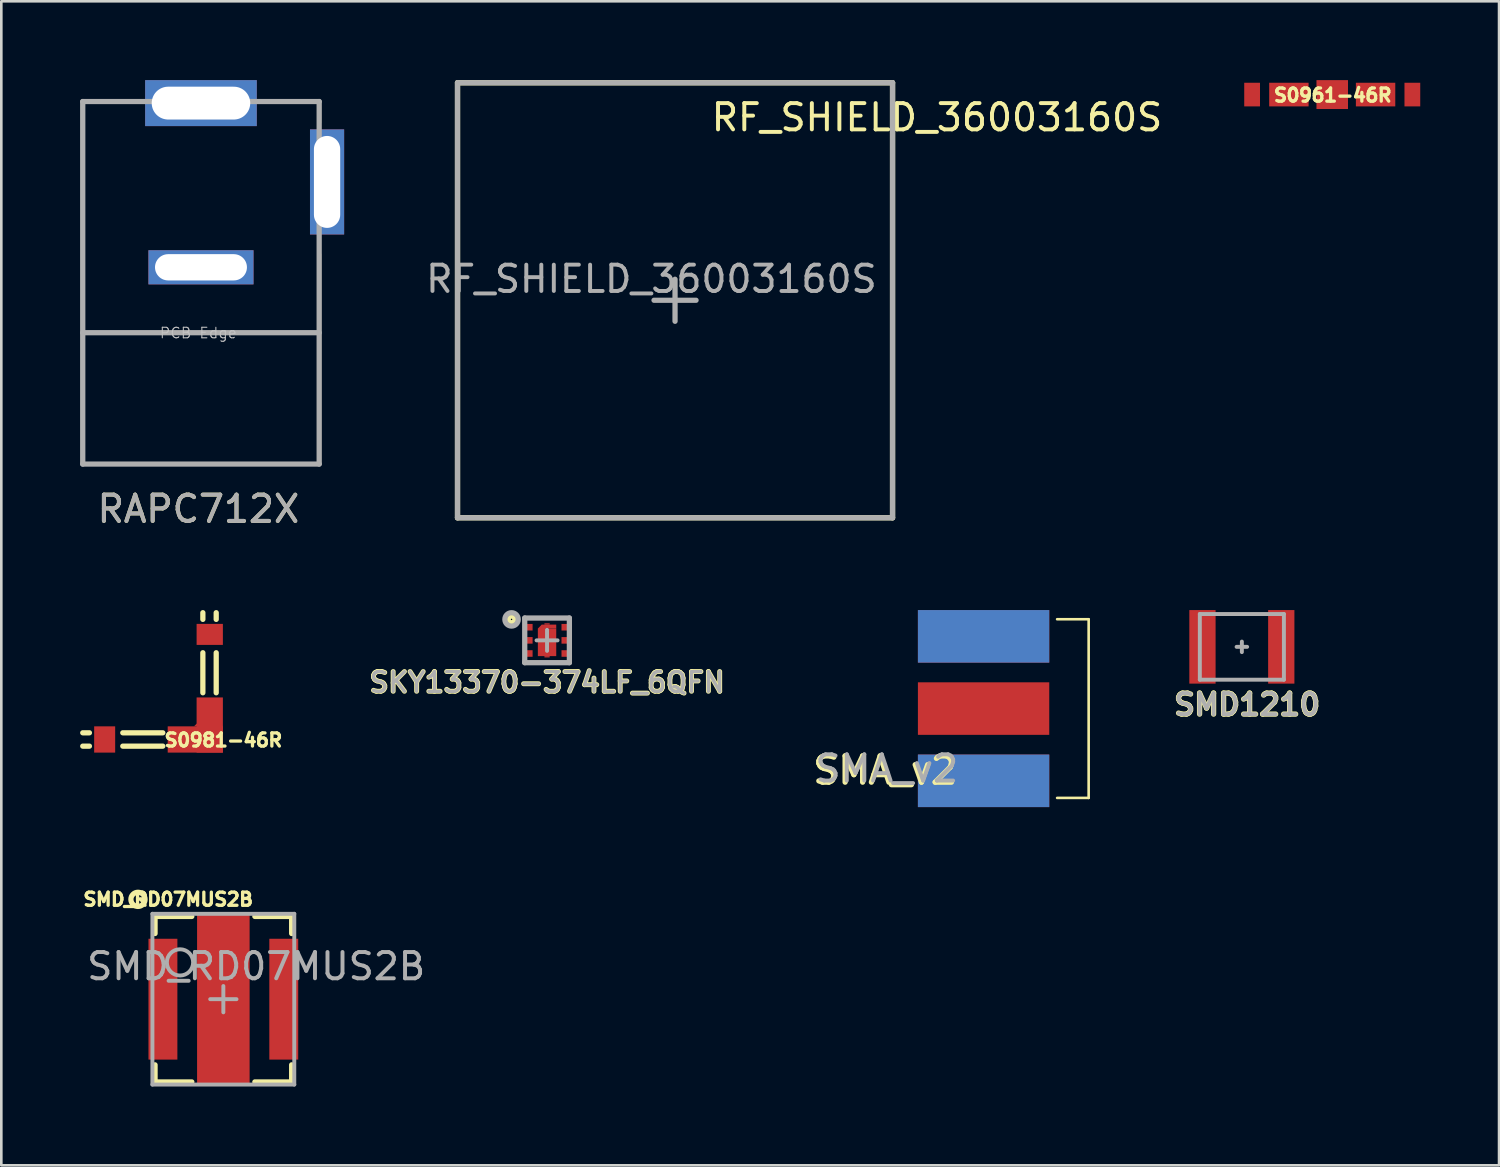
<source format=kicad_pcb>
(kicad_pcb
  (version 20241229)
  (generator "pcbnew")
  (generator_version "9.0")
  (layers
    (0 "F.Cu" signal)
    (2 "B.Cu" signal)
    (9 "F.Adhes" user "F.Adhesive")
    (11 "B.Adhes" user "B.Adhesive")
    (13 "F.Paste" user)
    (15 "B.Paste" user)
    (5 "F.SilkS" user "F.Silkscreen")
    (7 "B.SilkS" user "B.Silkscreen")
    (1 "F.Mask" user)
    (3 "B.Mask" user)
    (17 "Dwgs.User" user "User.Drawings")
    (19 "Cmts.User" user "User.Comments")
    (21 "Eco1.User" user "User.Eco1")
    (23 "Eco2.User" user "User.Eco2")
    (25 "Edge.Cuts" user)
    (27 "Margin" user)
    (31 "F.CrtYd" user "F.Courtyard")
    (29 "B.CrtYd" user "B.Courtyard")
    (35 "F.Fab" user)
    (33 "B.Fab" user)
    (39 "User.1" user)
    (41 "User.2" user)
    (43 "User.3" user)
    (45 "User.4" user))
  (footprint "SMD1210"
    (layer "F.Cu")
    (at 44.223 21.573)
    (property "Reference" "SMD1210" (at 0.2 2.2 0) (layer "F.SilkS") (effects (font (size 0.8 0.8) (thickness 0.2))))
    (attr smd)
    (fp_line (start -1.6 -1.25) (end -1.6 1.25) (stroke (width 0.15) (type solid)) (layer "F.Fab"))
    (fp_line (start -0.2 0) (end 0.2 0) (stroke (width 0.15) (type solid)) (layer "F.Fab"))
    (fp_line (start 0 -0.2) (end 0 0.2) (stroke (width 0.15) (type solid)) (layer "F.Fab"))
    (fp_line (start 1.6 -1.25) (end -1.6 -1.25) (stroke (width 0.15) (type solid)) (layer "F.Fab"))
    (fp_line (start 1.6 -1.25) (end 1.6 1.25) (stroke (width 0.15) (type solid)) (layer "F.Fab"))
    (fp_line (start 1.6 1.25) (end -1.6 1.25) (stroke (width 0.15) (type solid)) (layer "F.Fab"))
    (fp_text user "${REFERENCE}" (at 0.2 2.2 0) (layer "F.Fab") (effects (font (size 0.8 0.8) (thickness 0.15))))
    (pad "1" smd rect (at -1.5 0) (size 1 2.8) (layers "F.Cu" "F.Mask" "F.Paste"))
    (pad "2" smd rect (at 1.5 0) (size 1 2.8) (layers "F.Cu" "F.Mask" "F.Paste")))
  (footprint "S0981-46R"
    (layer "F.Cu")
    (at 5.434 25.099)
    (property "Reference" "S0981-46R" (at 0.02 0.025 0) (layer "F.SilkS") (effects (font (size 0.5 0.5) (thickness 0.125))))
    (attr through_hole)
    (fp_line (start -5.08 -0.254) (end -5.334 -0.254) (stroke (width 0.2) (type solid)) (layer "F.SilkS"))
    (fp_line (start -5.08 0.254) (end -5.334 0.254) (stroke (width 0.2) (type solid)) (layer "F.SilkS"))
    (fp_line (start -3.81 -0.254) (end -2.286 -0.254) (stroke (width 0.2) (type solid)) (layer "F.SilkS"))
    (fp_line (start -2.286 0.254) (end -3.81 0.254) (stroke (width 0.2) (type solid)) (layer "F.SilkS"))
    (fp_line (start -0.762 -4.572) (end -0.762 -4.826) (stroke (width 0.2) (type solid)) (layer "F.SilkS"))
    (fp_line (start -0.762 -1.778) (end -0.762 -3.302) (stroke (width 0.2) (type solid)) (layer "F.SilkS"))
    (fp_line (start -0.254 -4.572) (end -0.254 -4.826) (stroke (width 0.2) (type solid)) (layer "F.SilkS"))
    (fp_line (start -0.254 -3.302) (end -0.254 -1.778) (stroke (width 0.2) (type solid)) (layer "F.SilkS"))
    (pad "" smd rect (at -4.5 0) (size 0.8 1) (layers "F.Cu" "F.Mask" "F.Paste"))
    (pad "" smd rect (at -1.05 0) (size 2.1 1) (layers "F.Cu" "F.Mask" "F.Paste"))
    (pad "" smd trapezoid (at -0.55 -0.55) (size 1 0.1) (rect_delta 0 0.1) (layers "F.Cu" "F.Mask" "F.Paste"))
    (pad "" smd rect (at -0.5 -4) (size 1 0.8) (layers "F.Cu" "F.Mask" "F.Paste"))
    (pad "" smd rect (at -0.5 -0.55) (size 1 2.1) (layers "F.Cu" "F.Mask" "F.Paste")))
  (footprint "SMA_v2"
    (layer "F.Cu")
    (at 34.391 23.923)
    (property "Reference" "SMA_v2" (at -3.747 2.349 0) (layer "F.SilkS") (effects (font (size 1 1) (thickness 0.2))))
    (attr smd)
    (fp_line (start 2.799 -3.401) (end 3.998 -3.401) (stroke (width 0.099) (type solid)) (layer "F.SilkS"))
    (fp_line (start 4 -3.401) (end 4 3.401) (stroke (width 0.099) (type solid)) (layer "F.SilkS"))
    (fp_line (start 4 3.401) (end 2.799 3.401) (stroke (width 0.099) (type solid)) (layer "F.SilkS"))
    (fp_text user "${REFERENCE}" (at -3.683 2.286 0) (layer "F.Fab") (effects (font (size 1 1) (thickness 0.15))))
    (pad "1" smd rect (at 0 0) (size 5 2) (layers "F.Cu" "F.Mask" "F.Paste"))
    (pad "2" smd rect (at 0 2.75) (size 5 2) (layers "F.Cu" "F.Mask" "F.Paste"))
    (pad "3" smd rect (at 0 -2.75) (size 5 2) (layers "F.Cu" "F.Mask" "F.Paste"))
    (pad "4" smd rect (at 0 2.75) (size 5 2) (layers "B.Cu" "B.Mask" "B.Paste"))
    (pad "5" smd rect (at 0 -2.75) (size 5 2) (layers "B.Cu" "B.Mask" "B.Paste")))
  (footprint "SKY13370-374LF_6QFN"
    (layer "F.Cu")
    (at 17.774 21.326)
    (property "Reference" "SKY13370-374LF_6QFN" (at 0 1.6 0) (layer "F.SilkS") (effects (font (size 0.75 0.75) (thickness 0.188))))
    (attr through_hole)
    (fp_line (start -0.85 -0.85) (end -0.85 -0.75) (stroke (width 0.15) (type solid)) (layer "F.SilkS"))
    (fp_line (start -0.85 -0.85) (end 0.85 -0.85) (stroke (width 0.15) (type solid)) (layer "F.SilkS"))
    (fp_line (start -0.85 0.75) (end -0.85 0.85) (stroke (width 0.15) (type solid)) (layer "F.SilkS"))
    (fp_line (start -0.85 0.85) (end 0.85 0.85) (stroke (width 0.15) (type solid)) (layer "F.SilkS"))
    (fp_line (start 0.85 -0.85) (end 0.85 -0.75) (stroke (width 0.15) (type solid)) (layer "F.SilkS"))
    (fp_line (start 0.85 0.75) (end 0.85 0.85) (stroke (width 0.15) (type solid)) (layer "F.SilkS"))
    (fp_circle (center -1.351 -0.798) (end -1.478 -0.798) (stroke (width 0.2) (type solid)) (fill no) (layer "F.SilkS"))
    (fp_line (start -0.85 0.85) (end -0.85 -0.85) (stroke (width 0.2) (type solid)) (layer "F.Fab"))
    (fp_line (start -0.4 0) (end 0.4 0) (stroke (width 0.15) (type solid)) (layer "F.Fab"))
    (fp_line (start 0 -0.4) (end 0 0.4) (stroke (width 0.15) (type solid)) (layer "F.Fab"))
    (fp_line (start 0.85 -0.85) (end -0.85 -0.85) (stroke (width 0.2) (type solid)) (layer "F.Fab"))
    (fp_line (start 0.85 0.85) (end -0.85 0.85) (stroke (width 0.2) (type solid)) (layer "F.Fab"))
    (fp_line (start 0.85 0.85) (end 0.85 -0.85) (stroke (width 0.2) (type solid)) (layer "F.Fab"))
    (fp_circle (center -1.351 -0.798) (end -1.605 -0.798) (stroke (width 0.2) (type solid)) (fill no) (layer "F.Fab"))
    (fp_text user "${REFERENCE}" (at 0 1.6 0) (layer "F.Fab") (effects (font (size 0.75 0.75) (thickness 0.125))))
    (pad "1" smd rect (at -0.725 -0.5) (size 0.35 0.25) (layers "F.Cu" "F.Mask" "F.Paste"))
    (pad "2" smd rect (at -0.725 0) (size 0.35 0.25) (layers "F.Cu" "F.Mask" "F.Paste"))
    (pad "3" smd rect (at -0.725 0.5) (size 0.35 0.25) (layers "F.Cu" "F.Mask" "F.Paste"))
    (pad "4" smd rect (at 0.725 0.5) (size 0.35 0.25) (layers "F.Cu" "F.Mask" "F.Paste"))
    (pad "5" smd rect (at -0.2 -0.45 315) (size 0.212 0.212) (layers "F.Cu" "F.Mask" "F.Paste"))
    (pad "5" smd rect (at 0 -0.625) (size 0.2 0.05) (layers "F.Cu" "F.Mask" "F.Paste"))
    (pad "5" smd rect (at 0 -0.225) (size 0.7 0.45) (layers "F.Cu" "F.Mask" "F.Paste"))
    (pad "5" smd rect (at 0 0.3) (size 0.7 0.6) (layers "F.Cu" "F.Mask" "F.Paste"))
    (pad "5" smd rect (at 0 0.625) (size 0.2 0.05) (layers "F.Cu" "F.Mask" "F.Paste"))
    (pad "5" smd rect (at 0.075 -0.525) (size 0.55 0.15) (layers "F.Cu" "F.Mask" "F.Paste"))
    (pad "5" smd rect (at 0.725 0) (size 0.35 0.25) (layers "F.Cu" "F.Mask" "F.Paste"))
    (pad "6" smd rect (at 0.725 -0.5) (size 0.35 0.25) (layers "F.Cu" "F.Mask" "F.Paste")))
  (footprint "SMD_RD07MUS2B"
    (layer "F.Cu")
    (at 5.452 34.985)
    (property "Reference" "SMD_RD07MUS2B" (at -2.1 -3.8 0) (layer "F.SilkS") (effects (font (size 0.5 0.5) (thickness 0.125))))
    (attr through_hole)
    (fp_line (start -2.6 -2.5) (end -2.6 -3.15) (stroke (width 0.2) (type solid)) (layer "F.SilkS"))
    (fp_line (start -2.6 3.15) (end -2.6 2.5) (stroke (width 0.2) (type solid)) (layer "F.SilkS"))
    (fp_line (start -2.6 3.15) (end -1.2 3.15) (stroke (width 0.2) (type solid)) (layer "F.SilkS"))
    (fp_line (start -1.2 -3.15) (end -2.6 -3.15) (stroke (width 0.2) (type solid)) (layer "F.SilkS"))
    (fp_line (start 2.6 -3.15) (end 1.2 -3.15) (stroke (width 0.2) (type solid)) (layer "F.SilkS"))
    (fp_line (start 2.6 -3.15) (end 2.6 -2.5) (stroke (width 0.2) (type solid)) (layer "F.SilkS"))
    (fp_line (start 2.6 3.15) (end 1.2 3.15) (stroke (width 0.2) (type solid)) (layer "F.SilkS"))
    (fp_line (start 2.6 3.15) (end 2.6 2.5) (stroke (width 0.2) (type solid)) (layer "F.SilkS"))
    (fp_circle (center -3.25 -3.8) (end -3 -3.7) (stroke (width 0.2) (type solid)) (fill no) (layer "F.SilkS"))
    (fp_line (start -2.7 -3.25) (end 2.7 -3.25) (stroke (width 0.15) (type solid)) (layer "F.Fab"))
    (fp_line (start -2.7 3.25) (end -2.7 -3.25) (stroke (width 0.15) (type solid)) (layer "F.Fab"))
    (fp_line (start -0.5 0) (end 0.5 0) (stroke (width 0.15) (type solid)) (layer "F.Fab"))
    (fp_line (start 0 -0.5) (end 0 0.5) (stroke (width 0.15) (type solid)) (layer "F.Fab"))
    (fp_line (start 2.7 3.25) (end -2.7 3.25) (stroke (width 0.15) (type solid)) (layer "F.Fab"))
    (fp_line (start 2.7 3.25) (end 2.7 -3.25) (stroke (width 0.15) (type solid)) (layer "F.Fab"))
    (fp_circle (center -1.65 -1.4) (end -1.15 -1.4) (stroke (width 0.15) (type solid)) (fill no) (layer "F.Fab"))
    (fp_text user "${REFERENCE}" (at 1.25 -1.25 0) (layer "F.Fab") (effects (font (size 1 1) (thickness 0.15))))
    (pad "1" smd rect (at -2.3 0) (size 1.1 4.6) (layers "F.Cu" "F.Mask" "F.Paste"))
    (pad "2" smd rect (at 0 0) (size 2 6.5) (layers "F.Cu" "F.Mask" "F.Paste"))
    (pad "3" smd rect (at 2.3 0) (size 1.1 4.6) (layers "F.Cu" "F.Mask" "F.Paste")))
  (footprint "RAPC712X"
    (layer "F.Cu")
    (at 4.6 7.125)
    (property "Reference" "RAPC712X" (at -0.1 9.2 0) (layer "F.SilkS") (effects (font (size 1 1) (thickness 0.15))))
    (attr smd)
    (fp_line (start -4.5 -6.31) (end -2.5 -6.31) (stroke (width 0.15) (type solid)) (layer "F.SilkS"))
    (fp_line (start -4.5 7.49) (end -4.5 -6.31) (stroke (width 0.15) (type solid)) (layer "F.SilkS"))
    (fp_line (start -4.5 7.49) (end 4.5 7.49) (stroke (width 0.15) (type solid)) (layer "F.SilkS"))
    (fp_line (start 2.5 -6.31) (end 4.5 -6.31) (stroke (width 0.15) (type solid)) (layer "F.SilkS"))
    (fp_line (start 4.5 -5.5) (end 4.5 -6.31) (stroke (width 0.15) (type solid)) (layer "F.SilkS"))
    (fp_line (start 4.5 7.49) (end 4.5 -0.5) (stroke (width 0.15) (type solid)) (layer "F.SilkS"))
    (fp_line (start -4.5 -6.31) (end 4.5 -6.31) (stroke (width 0.2) (type solid)) (layer "F.Fab"))
    (fp_line (start -4.5 2.49) (end 4.5 2.49) (stroke (width 0.2) (type solid)) (layer "F.Fab"))
    (fp_line (start -4.5 7.49) (end -4.5 -6.31) (stroke (width 0.2) (type solid)) (layer "F.Fab"))
    (fp_line (start -4.5 7.49) (end 4.5 7.49) (stroke (width 0.2) (type solid)) (layer "F.Fab"))
    (fp_line (start 4.5 7.49) (end 4.5 -6.31) (stroke (width 0.2) (type solid)) (layer "F.Fab"))
    (fp_text user "PCB Edge" (at -0.1 2.5 180) (layer "Dwgs.User") (effects (font (size 0.4 0.4) (thickness 0.04))))
    (fp_text user "${REFERENCE}" (at -0.1 9.2 0) (layer "F.Fab") (effects (font (size 1 1) (thickness 0.15))))
    (pad "1" thru_hole rect (at 0 -6.25) (size 4.25 1.75) (drill oval 3.75 1.25) (layers "*.Cu" "*.Mask"))
    (pad "2" thru_hole rect (at 0 0) (size 4 1.3) (drill oval 3.5 1) (layers "*.Cu" "*.Mask"))
    (pad "2" thru_hole rect (at 4.8 -3.25) (size 1.3 4) (drill oval 1 3.5) (layers "*.Cu" "*.Mask")))
  (footprint "RF_SHIELD_36003160S"
    (layer "F.Cu")
    (at 22.646 8.38)
    (property "Reference" "RF_SHIELD_36003160S" (at 9.97 -6.96 0) (layer "F.SilkS") (effects (font (size 1 1) (thickness 0.15))))
    (attr smd)
    (fp_line (start -8.28 -8.28) (end -8.28 8.28) (stroke (width 0.2) (type solid)) (layer "F.SilkS"))
    (fp_line (start -8.28 -8.28) (end 8.28 -8.28) (stroke (width 0.2) (type solid)) (layer "F.SilkS"))
    (fp_line (start -8.28 8.28) (end 8.28 8.28) (stroke (width 0.2) (type solid)) (layer "F.SilkS"))
    (fp_line (start 8.28 -8.28) (end 8.28 8.28) (stroke (width 0.2) (type solid)) (layer "F.SilkS"))
    (fp_line (start -8.28 -8.28) (end -8.28 8.28) (stroke (width 0.2) (type solid)) (layer "F.Fab"))
    (fp_line (start -8.28 8.28) (end 8.28 8.28) (stroke (width 0.2) (type solid)) (layer "F.Fab"))
    (fp_line (start -0.8 0) (end 0.8 0) (stroke (width 0.2) (type solid)) (layer "F.Fab"))
    (fp_line (start 0 -0.8) (end 0 0.8) (stroke (width 0.2) (type solid)) (layer "F.Fab"))
    (fp_line (start 8.28 -8.28) (end -8.28 -8.28) (stroke (width 0.2) (type solid)) (layer "F.Fab"))
    (fp_line (start 8.28 8.28) (end 8.28 -8.28) (stroke (width 0.2) (type solid)) (layer "F.Fab"))
    (fp_text user "${REFERENCE}" (at -0.9 -0.81 0) (layer "F.Fab") (effects (font (size 1 1) (thickness 0.15)))))
  (footprint "S0961-46R"
    (layer "F.Cu")
    (at 47.663 0.55)
    (property "Reference" "S0961-46R" (at 0.02 0.025 0) (layer "F.SilkS") (effects (font (size 0.5 0.5) (thickness 0.125))))
    (attr through_hole)
    (pad "" smd rect (at -3.05 0) (size 0.6 0.9) (layers "F.Cu" "F.Mask" "F.Paste"))
    (pad "" smd rect (at -1.65 0) (size 1.5 0.9) (layers "F.Cu" "F.Mask" "F.Paste"))
    (pad "" smd rect (at 0 0) (size 1.2 1.1) (layers "F.Cu" "F.Mask" "F.Paste"))
    (pad "" smd rect (at 1.65 0) (size 1.5 0.9) (layers "F.Cu" "F.Mask" "F.Paste"))
    (pad "" smd rect (at 3.05 0) (size 0.6 0.9) (layers "F.Cu" "F.Mask" "F.Paste")))
  (gr_rect
    (start -3 -3)
    (end 54.013 41.31)
    (stroke (width 0.1) (type default))
    (fill no)
    (layer "Edge.Cuts")))
</source>
